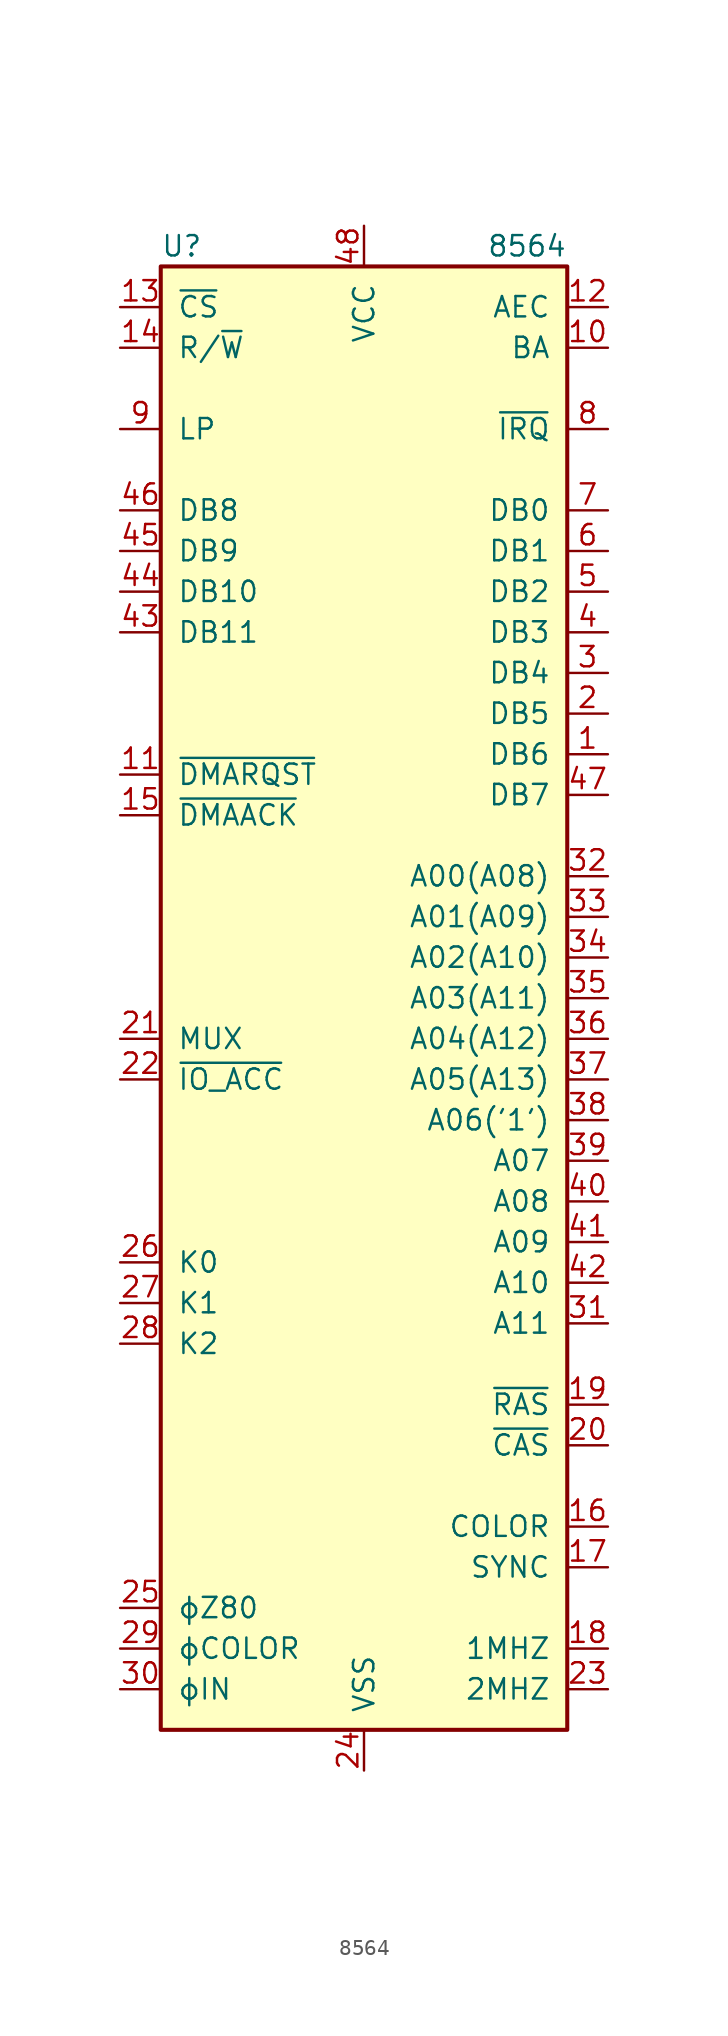
<source format=kicad_sym>
(kicad_symbol_lib
  (version 20220914)
  (generator kicad_symbol_editor)
  (symbol "8564"
    (pin_names
      (offset 1.016))
    (property "Reference" "U"
      (at -12.7 46.99 0)
      (effects (font (size 1.27 1.27)) (justify left)))
    (property "Value" "8564"
      (at 12.7 46.99 0)
      (effects (font (size 1.27 1.27)) (justify right)))
    (symbol "8564_0_1"
      (rectangle (start 12.7 45.72) (end -12.7 -45.72) (stroke (width 0.254) (type default)) (fill (type background))))
    (symbol "8564_1_1"
      (pin bidirectional line (at 15.24 15.24 180) (length 2.54) (name "DB6" (effects (font (size 1.27 1.27)))) (number "1" (effects (font (size 1.27 1.27)))))
      (pin output line (at 15.24 40.64 180) (length 2.54) (name "BA" (effects (font (size 1.27 1.27)))) (number "10" (effects (font (size 1.27 1.27)))))
      (pin input line (at -15.24 13.97 0) (length 2.54) (name "~{DMARQST}" (effects (font (size 1.27 1.27)))) (number "11" (effects (font (size 1.27 1.27)))))
      (pin output line (at 15.24 43.18 180) (length 2.54) (name "AEC" (effects (font (size 1.27 1.27)))) (number "12" (effects (font (size 1.27 1.27)))))
      (pin input line (at -15.24 43.18 0) (length 2.54) (name "~{CS}" (effects (font (size 1.27 1.27)))) (number "13" (effects (font (size 1.27 1.27)))))
      (pin input line (at -15.24 40.64 0) (length 2.54) (name "R/~{W}" (effects (font (size 1.27 1.27)))) (number "14" (effects (font (size 1.27 1.27)))))
      (pin input line (at -15.24 11.43 0) (length 2.54) (name "~{DMAACK}" (effects (font (size 1.27 1.27)))) (number "15" (effects (font (size 1.27 1.27)))))
      (pin passive line (at 15.24 -33.02 180) (length 2.54) (name "COLOR" (effects (font (size 1.27 1.27)))) (number "16" (effects (font (size 1.27 1.27)))))
      (pin passive line (at 15.24 -35.56 180) (length 2.54) (name "SYNC" (effects (font (size 1.27 1.27)))) (number "17" (effects (font (size 1.27 1.27)))))
      (pin output line (at 15.24 -40.64 180) (length 2.54) (name "1MHZ" (effects (font (size 1.27 1.27)))) (number "18" (effects (font (size 1.27 1.27)))))
      (pin output line (at 15.24 -25.4 180) (length 2.54) (name "~{RAS}" (effects (font (size 1.27 1.27)))) (number "19" (effects (font (size 1.27 1.27)))))
      (pin bidirectional line (at 15.24 17.78 180) (length 2.54) (name "DB5" (effects (font (size 1.27 1.27)))) (number "2" (effects (font (size 1.27 1.27)))))
      (pin output line (at 15.24 -27.94 180) (length 2.54) (name "~{CAS}" (effects (font (size 1.27 1.27)))) (number "20" (effects (font (size 1.27 1.27)))))
      (pin output line (at -15.24 -2.54 0) (length 2.54) (name "MUX" (effects (font (size 1.27 1.27)))) (number "21" (effects (font (size 1.27 1.27)))))
      (pin input line (at -15.24 -5.08 0) (length 2.54) (name "~{IO_ACC}" (effects (font (size 1.27 1.27)))) (number "22" (effects (font (size 1.27 1.27)))))
      (pin output line (at 15.24 -43.18 180) (length 2.54) (name "2MHZ" (effects (font (size 1.27 1.27)))) (number "23" (effects (font (size 1.27 1.27)))))
      (pin power_in line (at 0 -48.26 90) (length 2.54) (name "VSS" (effects (font (size 1.27 1.27)))) (number "24" (effects (font (size 1.27 1.27)))))
      (pin output line (at -15.24 -38.1 0) (length 2.54) (name "ϕZ80" (effects (font (size 1.27 1.27)))) (number "25" (effects (font (size 1.27 1.27)))))
      (pin bidirectional line (at -15.24 -16.51 0) (length 2.54) (name "K0" (effects (font (size 1.27 1.27)))) (number "26" (effects (font (size 1.27 1.27)))))
      (pin bidirectional line (at -15.24 -19.05 0) (length 2.54) (name "K1" (effects (font (size 1.27 1.27)))) (number "27" (effects (font (size 1.27 1.27)))))
      (pin bidirectional line (at -15.24 -21.59 0) (length 2.54) (name "K2" (effects (font (size 1.27 1.27)))) (number "28" (effects (font (size 1.27 1.27)))))
      (pin input line (at -15.24 -40.64 0) (length 2.54) (name "ϕCOLOR" (effects (font (size 1.27 1.27)))) (number "29" (effects (font (size 1.27 1.27)))))
      (pin bidirectional line (at 15.24 20.32 180) (length 2.54) (name "DB4" (effects (font (size 1.27 1.27)))) (number "3" (effects (font (size 1.27 1.27)))))
      (pin input line (at -15.24 -43.18 0) (length 2.54) (name "ϕIN" (effects (font (size 1.27 1.27)))) (number "30" (effects (font (size 1.27 1.27)))))
      (pin tri_state line (at 15.24 -20.32 180) (length 2.54) (name "A11" (effects (font (size 1.27 1.27)))) (number "31" (effects (font (size 1.27 1.27)))))
      (pin bidirectional line (at 15.24 7.62 180) (length 2.54) (name "A00(A08)" (effects (font (size 1.27 1.27)))) (number "32" (effects (font (size 1.27 1.27)))))
      (pin bidirectional line (at 15.24 5.08 180) (length 2.54) (name "A01(A09)" (effects (font (size 1.27 1.27)))) (number "33" (effects (font (size 1.27 1.27)))))
      (pin bidirectional line (at 15.24 2.54 180) (length 2.54) (name "A02(A10)" (effects (font (size 1.27 1.27)))) (number "34" (effects (font (size 1.27 1.27)))))
      (pin bidirectional line (at 15.24 0 180) (length 2.54) (name "A03(A11)" (effects (font (size 1.27 1.27)))) (number "35" (effects (font (size 1.27 1.27)))))
      (pin bidirectional line (at 15.24 -2.54 180) (length 2.54) (name "A04(A12)" (effects (font (size 1.27 1.27)))) (number "36" (effects (font (size 1.27 1.27)))))
      (pin bidirectional line (at 15.24 -5.08 180) (length 2.54) (name "A05(A13)" (effects (font (size 1.27 1.27)))) (number "37" (effects (font (size 1.27 1.27)))))
      (pin tri_state line (at 15.24 -7.62 180) (length 2.54) (name "A06('1')" (effects (font (size 1.27 1.27)))) (number "38" (effects (font (size 1.27 1.27)))))
      (pin tri_state line (at 15.24 -10.16 180) (length 2.54) (name "A07" (effects (font (size 1.27 1.27)))) (number "39" (effects (font (size 1.27 1.27)))))
      (pin bidirectional line (at 15.24 22.86 180) (length 2.54) (name "DB3" (effects (font (size 1.27 1.27)))) (number "4" (effects (font (size 1.27 1.27)))))
      (pin tri_state line (at 15.24 -12.7 180) (length 2.54) (name "A08" (effects (font (size 1.27 1.27)))) (number "40" (effects (font (size 1.27 1.27)))))
      (pin tri_state line (at 15.24 -15.24 180) (length 2.54) (name "A09" (effects (font (size 1.27 1.27)))) (number "41" (effects (font (size 1.27 1.27)))))
      (pin tri_state line (at 15.24 -17.78 180) (length 2.54) (name "A10" (effects (font (size 1.27 1.27)))) (number "42" (effects (font (size 1.27 1.27)))))
      (pin input line (at -15.24 22.86 0) (length 2.54) (name "DB11" (effects (font (size 1.27 1.27)))) (number "43" (effects (font (size 1.27 1.27)))))
      (pin input line (at -15.24 25.4 0) (length 2.54) (name "DB10" (effects (font (size 1.27 1.27)))) (number "44" (effects (font (size 1.27 1.27)))))
      (pin input line (at -15.24 27.94 0) (length 2.54) (name "DB9" (effects (font (size 1.27 1.27)))) (number "45" (effects (font (size 1.27 1.27)))))
      (pin input line (at -15.24 30.48 0) (length 2.54) (name "DB8" (effects (font (size 1.27 1.27)))) (number "46" (effects (font (size 1.27 1.27)))))
      (pin bidirectional line (at 15.24 12.7 180) (length 2.54) (name "DB7" (effects (font (size 1.27 1.27)))) (number "47" (effects (font (size 1.27 1.27)))))
      (pin power_in line (at 0 48.26 270) (length 2.54) (name "VCC" (effects (font (size 1.27 1.27)))) (number "48" (effects (font (size 1.27 1.27)))))
      (pin bidirectional line (at 15.24 25.4 180) (length 2.54) (name "DB2" (effects (font (size 1.27 1.27)))) (number "5" (effects (font (size 1.27 1.27)))))
      (pin bidirectional line (at 15.24 27.94 180) (length 2.54) (name "DB1" (effects (font (size 1.27 1.27)))) (number "6" (effects (font (size 1.27 1.27)))))
      (pin bidirectional line (at 15.24 30.48 180) (length 2.54) (name "DB0" (effects (font (size 1.27 1.27)))) (number "7" (effects (font (size 1.27 1.27)))))
      (pin open_collector line (at 15.24 35.56 180) (length 2.54) (name "~{IRQ}" (effects (font (size 1.27 1.27)))) (number "8" (effects (font (size 1.27 1.27)))))
      (pin input line (at -15.24 35.56 0) (length 2.54) (name "LP" (effects (font (size 1.27 1.27)))) (number "9" (effects (font (size 1.27 1.27))))))))
</source>
